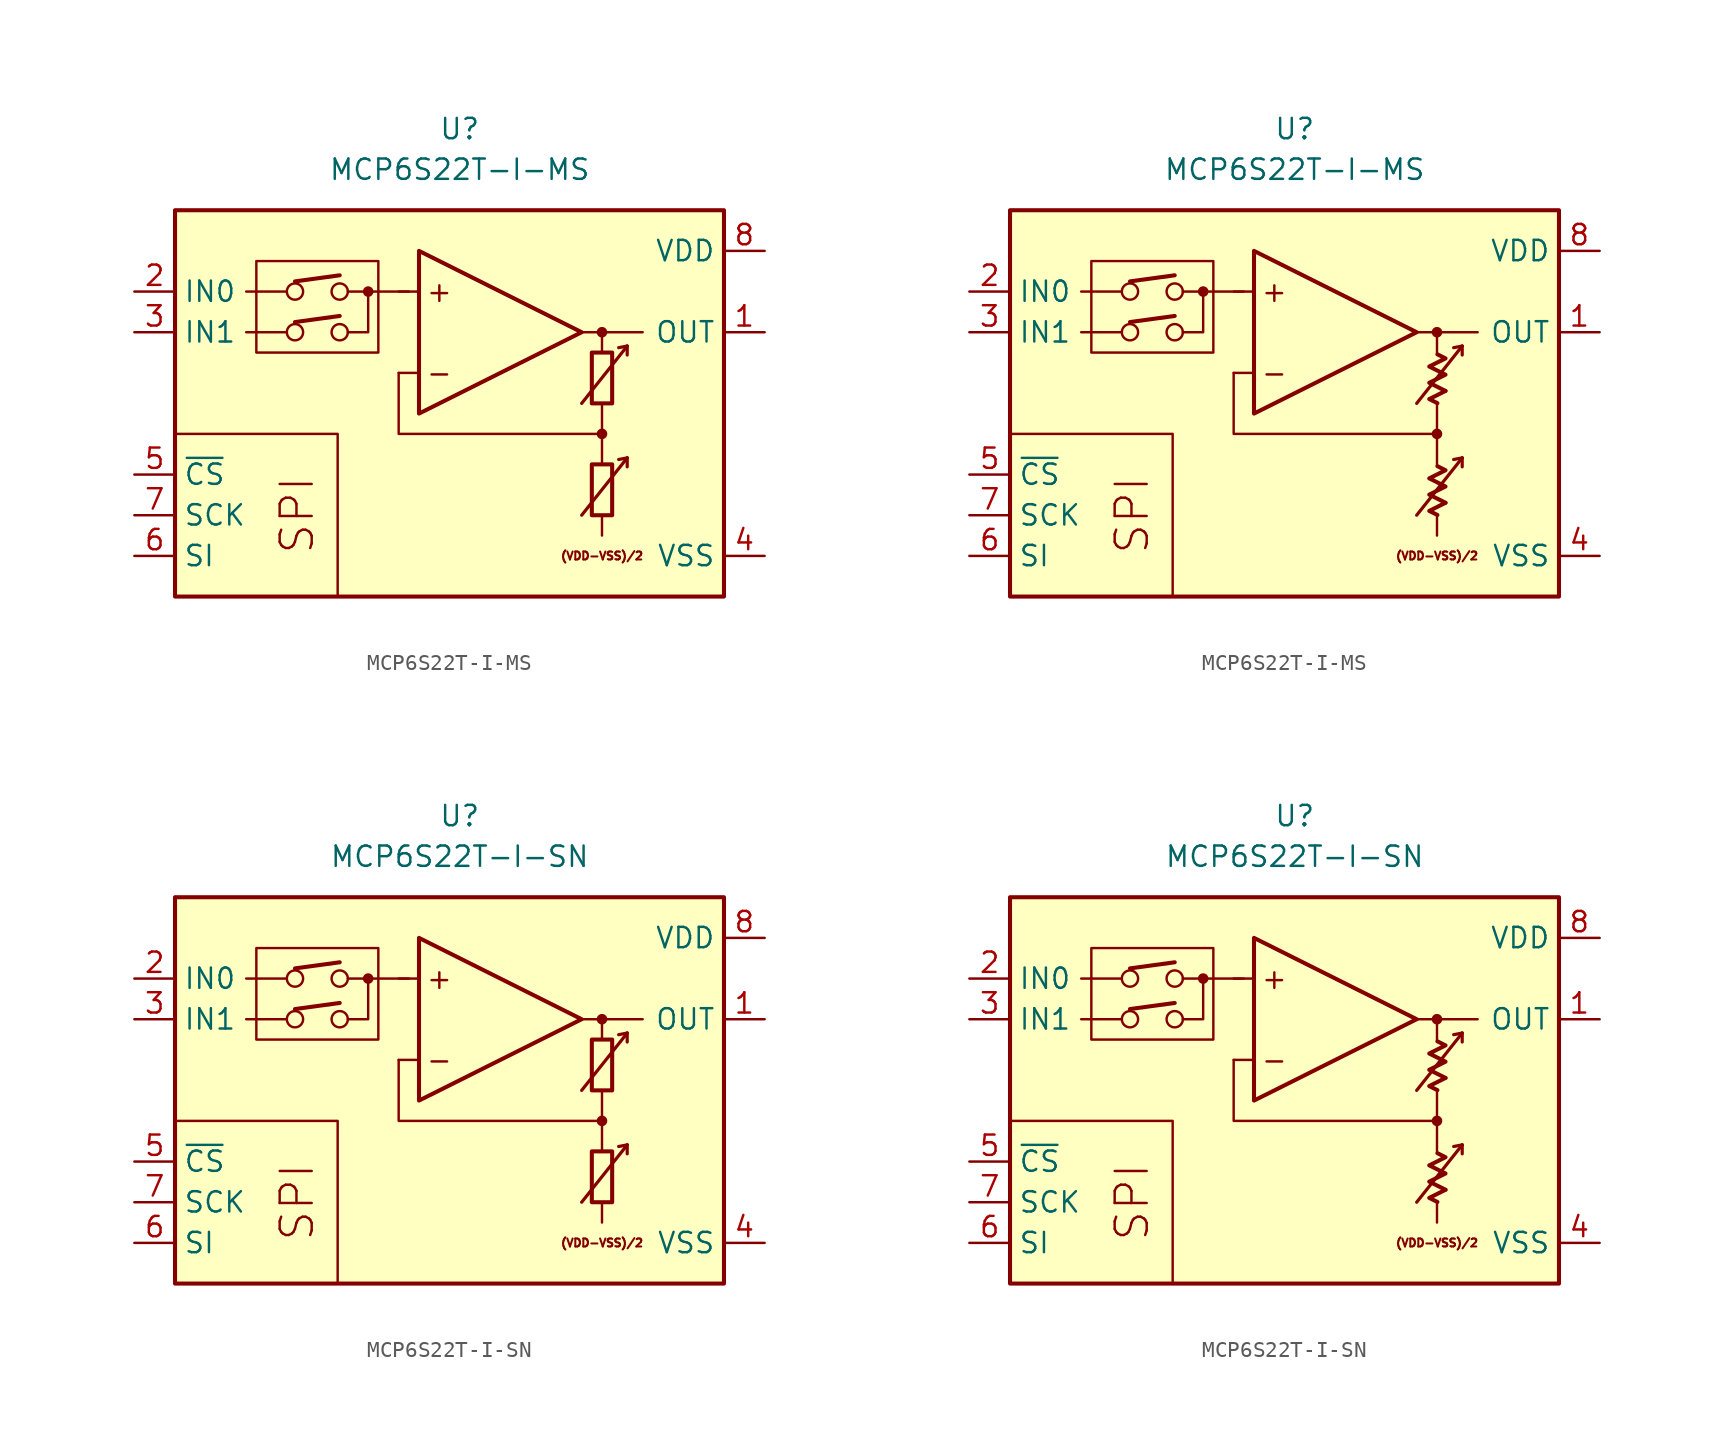
<source format=kicad_sym>
(kicad_symbol_lib
  (version 20231120)
  (generator "kicad_symbol_editor")
  (generator_version "8.0")
  (symbol "MCP6S22T-I-MS"
    (property "Reference" "U"
      (at 0 17.78 0)
      (effects (font (size 1.27 1.27))))
    (property "Value" "MCP6S22T-I-MS"
      (at 0 15.24 0)
      (effects (font (size 1.27 1.27))))
    (symbol "MCP6S22T-I-MS_0_0"
      (rectangle (start -17.78 12.7) (end 16.51 -11.43) (stroke (width 0.254) (type default)) (fill (type background)))
      (rectangle (start -12.7 9.525) (end -5.08 3.81) (stroke (width 0.152) (type default)) (fill (type none)))
      (circle (center -10.287 5.08) (radius 0.508) (stroke (width 0) (type default)) (fill (type none)))
      (circle (center -10.287 7.62) (radius 0.508) (stroke (width 0) (type default)) (fill (type none)))
      (circle (center -7.493 5.08) (radius 0.508) (stroke (width 0) (type default)) (fill (type none)))
      (circle (center -7.493 7.62) (radius 0.508) (stroke (width 0) (type default)) (fill (type none)))
      (circle (center -5.715 7.62) (radius 0.254) (stroke (width 0.152) (type default)) (fill (type outline)))
      (polyline (pts (xy 8.89 -3.81)) (stroke (width 0.152) (type default)) (fill (type none)))
      (polyline (pts (xy 8.89 -3.81)) (stroke (width 0.152) (type default)) (fill (type none)))
      (polyline (pts (xy 8.89 -3.175)) (stroke (width 0.152) (type default)) (fill (type none)))
      (polyline (pts (xy 8.89 3.175)) (stroke (width 0.152) (type default)) (fill (type none)))
      (polyline (pts (xy 8.89 3.81)) (stroke (width 0.152) (type default)) (fill (type none)))
      (polyline (pts (xy 8.89 3.81)) (stroke (width 0.152) (type default)) (fill (type none)))
      (polyline (pts (xy -10.795 5.08) (xy -13.335 5.08)) (stroke (width 0.152) (type default)) (fill (type none)))
      (polyline (pts (xy -10.795 7.62) (xy -13.335 7.62)) (stroke (width 0.152) (type default)) (fill (type none)))
      (polyline (pts (xy -10.287 5.715) (xy -7.493 6.096)) (stroke (width 0.254) (type default)) (fill (type none)))
      (polyline (pts (xy -10.287 8.255) (xy -7.493 8.636)) (stroke (width 0.254) (type default)) (fill (type none)))
      (polyline (pts (xy -3.175 7.62) (xy -6.985 7.62)) (stroke (width 0.152) (type default)) (fill (type none)))
      (polyline (pts (xy -2.54 2.54) (xy -3.81 2.54)) (stroke (width 0.152) (type default)) (fill (type none)))
      (polyline (pts (xy -2.54 7.62) (xy -3.81 7.62)) (stroke (width 0.152) (type default)) (fill (type none)))
      (polyline (pts (xy 7.62 5.08) (xy 11.43 5.08)) (stroke (width 0.152) (type default)) (fill (type none)))
      (polyline (pts (xy 8.89 -6.35) (xy 8.89 -7.62)) (stroke (width 0.152) (type default)) (fill (type none)))
      (polyline (pts (xy 8.89 -1.27) (xy 8.89 -3.175)) (stroke (width 0.152) (type default)) (fill (type none)))
      (polyline (pts (xy 8.89 0.635) (xy 8.89 -1.27)) (stroke (width 0.152) (type default)) (fill (type none)))
      (polyline (pts (xy 8.89 5.08) (xy 8.89 3.81)) (stroke (width 0.152) (type default)) (fill (type none)))
      (polyline (pts (xy -7.62 -11.43) (xy -7.62 -1.27) (xy -17.78 -1.27)) (stroke (width 0.152) (type default)) (fill (type none)))
      (polyline (pts (xy -6.985 5.08) (xy -5.715 5.08) (xy -5.715 7.62)) (stroke (width 0.152) (type default)) (fill (type none)))
      (polyline (pts (xy 8.89 -1.27) (xy -3.81 -1.27) (xy -3.81 2.54)) (stroke (width 0.152) (type default)) (fill (type none)))
      (circle (center 8.89 -1.27) (radius 0.254) (stroke (width 0.152) (type default)) (fill (type outline)))
      (circle (center 8.89 5.08) (radius 0.254) (stroke (width 0.152) (type default)) (fill (type outline)))
      (text "(VDD-VSS)/2" (at 8.89 -8.89 0) (effects (font (size 0.5 0.5))))
      (text "+" (at -1.27 7.62 0) (effects (font (size 1.27 1.27))))
      (text "-" (at -1.27 2.54 0) (effects (font (size 1.27 1.27))))
      (text "SPI" (at -10.16 -6.35 900) (effects (font (size 2 2)))))
    (symbol "MCP6S22T-I-MS_0_1"
      (rectangle (start 8.255 -3.175) (end 9.525 -6.35) (stroke (width 0.254) (type default)) (fill (type none)))
      (rectangle (start 8.255 3.81) (end 9.525 0.635) (stroke (width 0.254) (type default)) (fill (type none))))
    (symbol "MCP6S22T-I-MS_0_2"
      (polyline (pts (xy 9.422 -5.572) (xy 8.406 -6.08) (xy 8.915 -6.333)) (stroke (width 0.254) (type default)) (fill (type none)))
      (polyline (pts (xy 9.422 1.413) (xy 8.406 0.905) (xy 8.915 0.651)) (stroke (width 0.254) (type default)) (fill (type none)))
      (polyline (pts (xy 8.915 -3.285) (xy 9.422 -3.539) (xy 8.406 -4.048) (xy 9.422 -4.556) (xy 8.406 -5.064) (xy 9.422 -5.572)) (stroke (width 0.254) (type default)) (fill (type none)))
      (polyline (pts (xy 8.915 3.7) (xy 9.422 3.446) (xy 8.406 2.938) (xy 9.422 2.429) (xy 8.406 1.921) (xy 9.422 1.413)) (stroke (width 0.254) (type default)) (fill (type none))))
    (symbol "MCP6S22T-I-MS_1_0"
      (polyline (pts (xy 10.465 -2.769) (xy 9.931 -2.87)) (stroke (width 0.2) (type default)) (fill (type none)))
      (polyline (pts (xy 10.465 -2.769) (xy 10.465 -3.327)) (stroke (width 0.2) (type default)) (fill (type none)))
      (polyline (pts (xy 10.465 4.216) (xy 9.931 4.115)) (stroke (width 0.2) (type default)) (fill (type none)))
      (polyline (pts (xy 10.465 4.216) (xy 10.465 3.658)) (stroke (width 0.2) (type default)) (fill (type none)))
      (polyline (pts (xy -2.54 10.16) (xy -2.54 0) (xy 7.62 5.08) (xy -2.54 10.16)) (stroke (width 0.254) (type default)) (fill (type background)))
      (polyline (pts (xy 7.62 -6.35) (xy 10.465 -2.769) (xy 10.465 -2.769) (xy 10.465 -2.769)) (stroke (width 0.2) (type default)) (fill (type none)))
      (polyline (pts (xy 7.62 0.635) (xy 10.465 4.216) (xy 10.465 4.216) (xy 10.465 4.216)) (stroke (width 0.2) (type default)) (fill (type none))))
    (symbol "MCP6S22T-I-MS_1_1"
      (pin output line (at 19.05 5.08 180) (length 2.54) (name "OUT" (effects (font (size 1.27 1.27)))) (number "1" (effects (font (size 1.27 1.27)))))
      (pin input line (at -20.32 7.62 0) (length 2.54) (name "IN0" (effects (font (size 1.27 1.27)))) (number "2" (effects (font (size 1.27 1.27)))))
      (pin input line (at -20.32 5.08 0) (length 2.54) (name "IN1" (effects (font (size 1.27 1.27)))) (number "3" (effects (font (size 1.27 1.27)))))
      (pin power_in line (at 19.05 -8.89 180) (length 2.54) (name "VSS" (effects (font (size 1.27 1.27)))) (number "4" (effects (font (size 1.27 1.27)))))
      (pin input line (at -20.32 -3.81 0) (length 2.54) (name "~{CS}" (effects (font (size 1.27 1.27)))) (number "5" (effects (font (size 1.27 1.27)))))
      (pin input line (at -20.32 -8.89 0) (length 2.54) (name "SI" (effects (font (size 1.27 1.27)))) (number "6" (effects (font (size 1.27 1.27)))))
      (pin input line (at -20.32 -6.35 0) (length 2.54) (name "SCK" (effects (font (size 1.27 1.27)))) (number "7" (effects (font (size 1.27 1.27)))))
      (pin power_in line (at 19.05 10.16 180) (length 2.54) (name "VDD" (effects (font (size 1.27 1.27)))) (number "8" (effects (font (size 1.27 1.27))))))
    (symbol "MCP6S22T-I-MS_1_2"
      (pin output line (at 19.05 5.08 180) (length 2.54) (name "OUT" (effects (font (size 1.27 1.27)))) (number "1" (effects (font (size 1.27 1.27)))))
      (pin input line (at -20.32 7.62 0) (length 2.54) (name "IN0" (effects (font (size 1.27 1.27)))) (number "2" (effects (font (size 1.27 1.27)))))
      (pin input line (at -20.32 5.08 0) (length 2.54) (name "IN1" (effects (font (size 1.27 1.27)))) (number "3" (effects (font (size 1.27 1.27)))))
      (pin power_in line (at 19.05 -8.89 180) (length 2.54) (name "VSS" (effects (font (size 1.27 1.27)))) (number "4" (effects (font (size 1.27 1.27)))))
      (pin input line (at -20.32 -3.81 0) (length 2.54) (name "~{CS}" (effects (font (size 1.27 1.27)))) (number "5" (effects (font (size 1.27 1.27)))))
      (pin input line (at -20.32 -8.89 0) (length 2.54) (name "SI" (effects (font (size 1.27 1.27)))) (number "6" (effects (font (size 1.27 1.27)))))
      (pin input line (at -20.32 -6.35 0) (length 2.54) (name "SCK" (effects (font (size 1.27 1.27)))) (number "7" (effects (font (size 1.27 1.27)))))
      (pin power_in line (at 19.05 10.16 180) (length 2.54) (name "VDD" (effects (font (size 1.27 1.27)))) (number "8" (effects (font (size 1.27 1.27)))))))
  (symbol "MCP6S22T-I-SN"
    (property "Reference" "U"
      (at 0 17.78 0)
      (effects (font (size 1.27 1.27))))
    (property "Value" "MCP6S22T-I-SN"
      (at 0 15.24 0)
      (effects (font (size 1.27 1.27))))
    (symbol "MCP6S22T-I-SN_0_0"
      (rectangle (start -17.78 12.7) (end 16.51 -11.43) (stroke (width 0.254) (type default)) (fill (type background)))
      (rectangle (start -12.7 9.525) (end -5.08 3.81) (stroke (width 0.152) (type default)) (fill (type none)))
      (circle (center -10.287 5.08) (radius 0.508) (stroke (width 0) (type default)) (fill (type none)))
      (circle (center -10.287 7.62) (radius 0.508) (stroke (width 0) (type default)) (fill (type none)))
      (circle (center -7.493 5.08) (radius 0.508) (stroke (width 0) (type default)) (fill (type none)))
      (circle (center -7.493 7.62) (radius 0.508) (stroke (width 0) (type default)) (fill (type none)))
      (circle (center -5.715 7.62) (radius 0.254) (stroke (width 0.152) (type default)) (fill (type outline)))
      (polyline (pts (xy 8.89 -3.81)) (stroke (width 0.152) (type default)) (fill (type none)))
      (polyline (pts (xy 8.89 -3.81)) (stroke (width 0.152) (type default)) (fill (type none)))
      (polyline (pts (xy 8.89 -3.175)) (stroke (width 0.152) (type default)) (fill (type none)))
      (polyline (pts (xy 8.89 3.175)) (stroke (width 0.152) (type default)) (fill (type none)))
      (polyline (pts (xy 8.89 3.81)) (stroke (width 0.152) (type default)) (fill (type none)))
      (polyline (pts (xy 8.89 3.81)) (stroke (width 0.152) (type default)) (fill (type none)))
      (polyline (pts (xy -10.795 5.08) (xy -13.335 5.08)) (stroke (width 0.152) (type default)) (fill (type none)))
      (polyline (pts (xy -10.795 7.62) (xy -13.335 7.62)) (stroke (width 0.152) (type default)) (fill (type none)))
      (polyline (pts (xy -10.287 5.715) (xy -7.493 6.096)) (stroke (width 0.254) (type default)) (fill (type none)))
      (polyline (pts (xy -10.287 8.255) (xy -7.493 8.636)) (stroke (width 0.254) (type default)) (fill (type none)))
      (polyline (pts (xy -3.175 7.62) (xy -6.985 7.62)) (stroke (width 0.152) (type default)) (fill (type none)))
      (polyline (pts (xy -2.54 2.54) (xy -3.81 2.54)) (stroke (width 0.152) (type default)) (fill (type none)))
      (polyline (pts (xy -2.54 7.62) (xy -3.81 7.62)) (stroke (width 0.152) (type default)) (fill (type none)))
      (polyline (pts (xy 7.62 5.08) (xy 11.43 5.08)) (stroke (width 0.152) (type default)) (fill (type none)))
      (polyline (pts (xy 8.89 -6.35) (xy 8.89 -7.62)) (stroke (width 0.152) (type default)) (fill (type none)))
      (polyline (pts (xy 8.89 -1.27) (xy 8.89 -3.175)) (stroke (width 0.152) (type default)) (fill (type none)))
      (polyline (pts (xy 8.89 0.635) (xy 8.89 -1.27)) (stroke (width 0.152) (type default)) (fill (type none)))
      (polyline (pts (xy 8.89 5.08) (xy 8.89 3.81)) (stroke (width 0.152) (type default)) (fill (type none)))
      (polyline (pts (xy -7.62 -11.43) (xy -7.62 -1.27) (xy -17.78 -1.27)) (stroke (width 0.152) (type default)) (fill (type none)))
      (polyline (pts (xy -6.985 5.08) (xy -5.715 5.08) (xy -5.715 7.62)) (stroke (width 0.152) (type default)) (fill (type none)))
      (polyline (pts (xy 8.89 -1.27) (xy -3.81 -1.27) (xy -3.81 2.54)) (stroke (width 0.152) (type default)) (fill (type none)))
      (circle (center 8.89 -1.27) (radius 0.254) (stroke (width 0.152) (type default)) (fill (type outline)))
      (circle (center 8.89 5.08) (radius 0.254) (stroke (width 0.152) (type default)) (fill (type outline)))
      (text "(VDD-VSS)/2" (at 8.89 -8.89 0) (effects (font (size 0.5 0.5))))
      (text "+" (at -1.27 7.62 0) (effects (font (size 1.27 1.27))))
      (text "-" (at -1.27 2.54 0) (effects (font (size 1.27 1.27))))
      (text "SPI" (at -10.16 -6.35 900) (effects (font (size 2 2)))))
    (symbol "MCP6S22T-I-SN_0_1"
      (rectangle (start 8.255 -3.175) (end 9.525 -6.35) (stroke (width 0.254) (type default)) (fill (type none)))
      (rectangle (start 8.255 3.81) (end 9.525 0.635) (stroke (width 0.254) (type default)) (fill (type none))))
    (symbol "MCP6S22T-I-SN_0_2"
      (polyline (pts (xy 9.422 -5.572) (xy 8.406 -6.08) (xy 8.915 -6.333)) (stroke (width 0.254) (type default)) (fill (type none)))
      (polyline (pts (xy 9.422 1.413) (xy 8.406 0.905) (xy 8.915 0.651)) (stroke (width 0.254) (type default)) (fill (type none)))
      (polyline (pts (xy 8.915 -3.285) (xy 9.422 -3.539) (xy 8.406 -4.048) (xy 9.422 -4.556) (xy 8.406 -5.064) (xy 9.422 -5.572)) (stroke (width 0.254) (type default)) (fill (type none)))
      (polyline (pts (xy 8.915 3.7) (xy 9.422 3.446) (xy 8.406 2.938) (xy 9.422 2.429) (xy 8.406 1.921) (xy 9.422 1.413)) (stroke (width 0.254) (type default)) (fill (type none))))
    (symbol "MCP6S22T-I-SN_1_0"
      (polyline (pts (xy 10.465 -2.769) (xy 9.931 -2.87)) (stroke (width 0.2) (type default)) (fill (type none)))
      (polyline (pts (xy 10.465 -2.769) (xy 10.465 -3.327)) (stroke (width 0.2) (type default)) (fill (type none)))
      (polyline (pts (xy 10.465 4.216) (xy 9.931 4.115)) (stroke (width 0.2) (type default)) (fill (type none)))
      (polyline (pts (xy 10.465 4.216) (xy 10.465 3.658)) (stroke (width 0.2) (type default)) (fill (type none)))
      (polyline (pts (xy -2.54 10.16) (xy -2.54 0) (xy 7.62 5.08) (xy -2.54 10.16)) (stroke (width 0.254) (type default)) (fill (type background)))
      (polyline (pts (xy 7.62 -6.35) (xy 10.465 -2.769) (xy 10.465 -2.769) (xy 10.465 -2.769)) (stroke (width 0.2) (type default)) (fill (type none)))
      (polyline (pts (xy 7.62 0.635) (xy 10.465 4.216) (xy 10.465 4.216) (xy 10.465 4.216)) (stroke (width 0.2) (type default)) (fill (type none))))
    (symbol "MCP6S22T-I-SN_1_1"
      (pin output line (at 19.05 5.08 180) (length 2.54) (name "OUT" (effects (font (size 1.27 1.27)))) (number "1" (effects (font (size 1.27 1.27)))))
      (pin input line (at -20.32 7.62 0) (length 2.54) (name "IN0" (effects (font (size 1.27 1.27)))) (number "2" (effects (font (size 1.27 1.27)))))
      (pin input line (at -20.32 5.08 0) (length 2.54) (name "IN1" (effects (font (size 1.27 1.27)))) (number "3" (effects (font (size 1.27 1.27)))))
      (pin power_in line (at 19.05 -8.89 180) (length 2.54) (name "VSS" (effects (font (size 1.27 1.27)))) (number "4" (effects (font (size 1.27 1.27)))))
      (pin input line (at -20.32 -3.81 0) (length 2.54) (name "~{CS}" (effects (font (size 1.27 1.27)))) (number "5" (effects (font (size 1.27 1.27)))))
      (pin input line (at -20.32 -8.89 0) (length 2.54) (name "SI" (effects (font (size 1.27 1.27)))) (number "6" (effects (font (size 1.27 1.27)))))
      (pin input line (at -20.32 -6.35 0) (length 2.54) (name "SCK" (effects (font (size 1.27 1.27)))) (number "7" (effects (font (size 1.27 1.27)))))
      (pin power_in line (at 19.05 10.16 180) (length 2.54) (name "VDD" (effects (font (size 1.27 1.27)))) (number "8" (effects (font (size 1.27 1.27))))))
    (symbol "MCP6S22T-I-SN_1_2"
      (pin output line (at 19.05 5.08 180) (length 2.54) (name "OUT" (effects (font (size 1.27 1.27)))) (number "1" (effects (font (size 1.27 1.27)))))
      (pin input line (at -20.32 7.62 0) (length 2.54) (name "IN0" (effects (font (size 1.27 1.27)))) (number "2" (effects (font (size 1.27 1.27)))))
      (pin input line (at -20.32 5.08 0) (length 2.54) (name "IN1" (effects (font (size 1.27 1.27)))) (number "3" (effects (font (size 1.27 1.27)))))
      (pin power_in line (at 19.05 -8.89 180) (length 2.54) (name "VSS" (effects (font (size 1.27 1.27)))) (number "4" (effects (font (size 1.27 1.27)))))
      (pin input line (at -20.32 -3.81 0) (length 2.54) (name "~{CS}" (effects (font (size 1.27 1.27)))) (number "5" (effects (font (size 1.27 1.27)))))
      (pin input line (at -20.32 -8.89 0) (length 2.54) (name "SI" (effects (font (size 1.27 1.27)))) (number "6" (effects (font (size 1.27 1.27)))))
      (pin input line (at -20.32 -6.35 0) (length 2.54) (name "SCK" (effects (font (size 1.27 1.27)))) (number "7" (effects (font (size 1.27 1.27)))))
      (pin power_in line (at 19.05 10.16 180) (length 2.54) (name "VDD" (effects (font (size 1.27 1.27)))) (number "8" (effects (font (size 1.27 1.27))))))))
</source>
